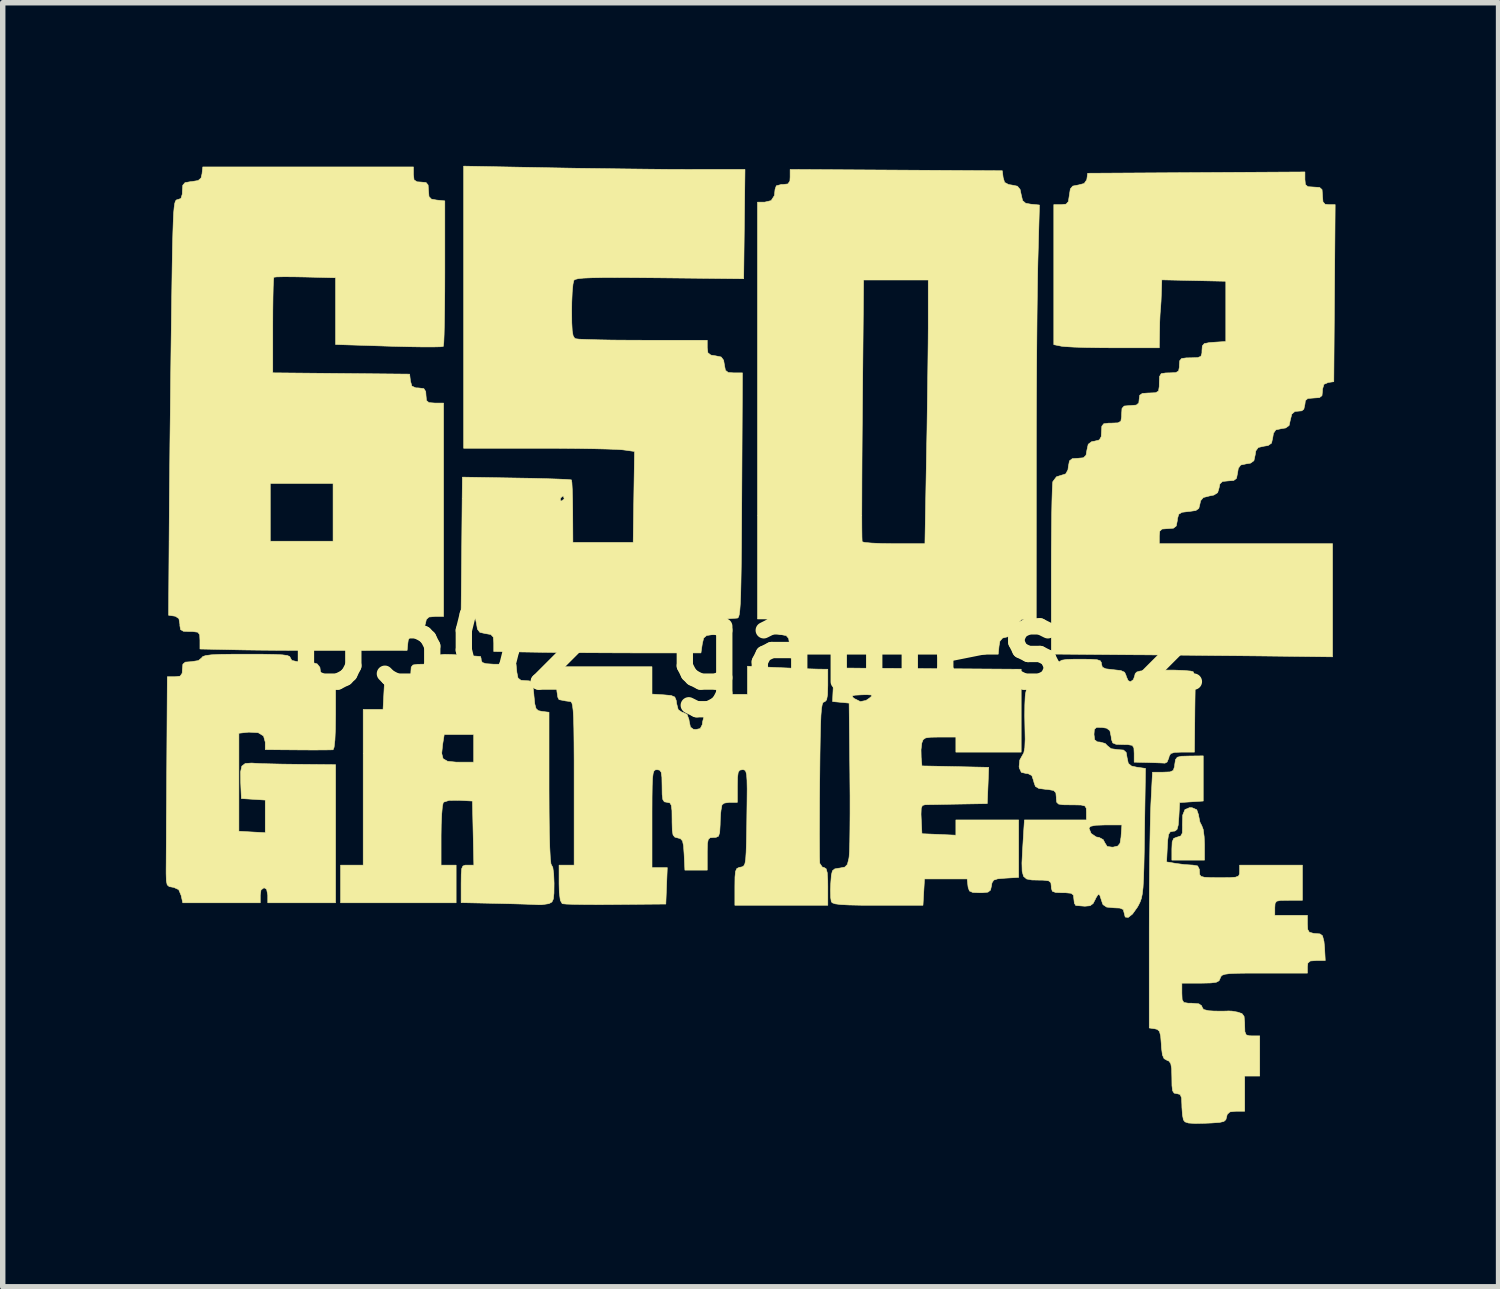
<source format=kicad_pcb>
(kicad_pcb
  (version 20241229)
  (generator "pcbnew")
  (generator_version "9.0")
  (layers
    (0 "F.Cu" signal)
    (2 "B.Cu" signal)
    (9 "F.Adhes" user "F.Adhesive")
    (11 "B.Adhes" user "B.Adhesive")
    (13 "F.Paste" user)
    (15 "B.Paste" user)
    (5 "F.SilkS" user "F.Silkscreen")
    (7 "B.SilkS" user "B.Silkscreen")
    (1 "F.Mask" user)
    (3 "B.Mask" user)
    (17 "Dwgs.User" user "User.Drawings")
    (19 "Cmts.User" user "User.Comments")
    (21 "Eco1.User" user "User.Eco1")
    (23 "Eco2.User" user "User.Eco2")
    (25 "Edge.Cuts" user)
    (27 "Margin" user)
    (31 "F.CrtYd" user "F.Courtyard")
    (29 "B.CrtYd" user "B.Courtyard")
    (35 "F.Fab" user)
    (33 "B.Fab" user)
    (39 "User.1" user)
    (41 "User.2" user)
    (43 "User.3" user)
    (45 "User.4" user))
  (footprint "6502 games 2"
    (layer "F.Cu")
    (at 10.741 8.795)
    (property "Reference" "6502 games 2" (at 0 0 0) (layer "F.SilkS") (effects (font (size 1.524 1.524) (thickness 0.3))))
    (attr through_hole)
    (fp_poly (pts (xy 8.132 3.009) (xy 8.217 3.046) (xy 8.25 3.141) (xy 8.252 3.159) (xy 8.275 3.273) (xy 8.31 3.341) (xy 8.336 3.41) (xy 8.353 3.541) (xy 8.359 3.681) (xy 8.359 3.972) (xy 7.759 3.972) (xy 7.759 3.767) (xy 7.765 3.637) (xy 7.793 3.573) (xy 7.854 3.549) (xy 7.861 3.548) (xy 7.924 3.527) (xy 7.952 3.473) (xy 7.954 3.359) (xy 7.953 3.325) (xy 7.958 3.145) (xy 8 3.042) (xy 8.085 3.007) (xy 8.132 3.009)) (stroke (width 0.01) (type solid)) (fill yes) (layer "F.SilkS"))
    (fp_poly (pts (xy 2.69 -8.717) (xy 4.641 -8.705) (xy 4.656 -8.581) (xy 4.683 -8.491) (xy 4.758 -8.451) (xy 4.817 -8.442) (xy 4.919 -8.421) (xy 4.968 -8.362) (xy 4.988 -8.267) (xy 5.014 -8.156) (xy 5.071 -8.107) (xy 5.167 -8.09) (xy 5.324 -8.075) (xy 5.295 -7.028) (xy 5.29 -6.783) (xy 5.285 -6.458) (xy 5.28 -6.066) (xy 5.276 -5.619) (xy 5.272 -5.13) (xy 5.269 -4.612) (xy 5.267 -4.077) (xy 5.266 -3.538) (xy 5.266 -3.221) (xy 5.265 -0.462) (xy 5.106 -0.462) (xy 4.998 -0.453) (xy 4.95 -0.408) (xy 4.933 -0.312) (xy 4.911 -0.208) (xy 4.853 -0.159) (xy 4.757 -0.139) (xy 4.646 -0.112) (xy 4.597 -0.055) (xy 4.581 0.035) (xy 4.566 0.185) (xy 0.744 0.185) (xy 0.73 0.012) (xy 0.712 -0.104) (xy 0.668 -0.156) (xy 0.57 -0.176) (xy 0.566 -0.176) (xy 0.462 -0.197) (xy 0.421 -0.251) (xy 0.416 -0.326) (xy 0.404 -0.422) (xy 0.349 -0.458) (xy 0.277 -0.462) (xy 0.139 -0.462) (xy 0.139 -2.367) (xy 2.057 -2.367) (xy 2.058 -2.133) (xy 2.06 -1.971) (xy 2.063 -1.89) (xy 2.064 -1.882) (xy 2.115 -1.869) (xy 2.24 -1.858) (xy 2.42 -1.85) (xy 2.638 -1.847) (xy 2.651 -1.847) (xy 3.218 -1.847) (xy 3.248 -3.517) (xy 3.256 -3.942) (xy 3.262 -4.373) (xy 3.268 -4.792) (xy 3.273 -5.182) (xy 3.277 -5.526) (xy 3.279 -5.807) (xy 3.279 -5.942) (xy 3.279 -6.696) (xy 2.09 -6.696) (xy 2.068 -4.306) (xy 2.064 -3.845) (xy 2.061 -3.412) (xy 2.059 -3.015) (xy 2.058 -2.664) (xy 2.057 -2.367) (xy 0.139 -2.367) (xy 0.139 -8.128) (xy 0.272 -8.128) (xy 0.39 -8.156) (xy 0.45 -8.249) (xy 0.462 -8.363) (xy 0.485 -8.428) (xy 0.571 -8.451) (xy 0.6 -8.451) (xy 0.698 -8.463) (xy 0.735 -8.516) (xy 0.739 -8.59) (xy 0.739 -8.729) (xy 2.69 -8.717)) (stroke (width 0.01) (type solid)) (fill yes) (layer "F.SilkS"))
    (fp_poly (pts (xy -8.96 0.186) (xy -8.746 0.19) (xy -8.6 0.197) (xy -8.51 0.209) (xy -8.464 0.228) (xy -8.451 0.253) (xy -8.451 0.254) (xy -8.424 0.3) (xy -8.33 0.321) (xy -8.247 0.323) (xy -8.066 0.332) (xy -7.958 0.364) (xy -7.908 0.428) (xy -7.897 0.513) (xy -7.885 0.608) (xy -7.829 0.643) (xy -7.759 0.647) (xy -7.62 0.647) (xy -7.62 1.293) (xy -7.623 1.561) (xy -7.632 1.765) (xy -7.647 1.896) (xy -7.666 1.943) (xy -7.666 1.943) (xy -7.734 1.945) (xy -7.864 1.946) (xy -8.013 1.947) (xy -8.237 1.946) (xy -8.482 1.944) (xy -8.613 1.943) (xy -8.913 1.94) (xy -8.913 1.802) (xy -8.945 1.689) (xy -9.043 1.629) (xy -9.214 1.619) (xy -9.265 1.624) (xy -9.398 1.639) (xy -9.398 3.441) (xy -9.156 3.455) (xy -8.913 3.468) (xy -8.913 2.868) (xy -9.132 2.854) (xy -9.352 2.84) (xy -9.365 2.532) (xy -9.367 2.351) (xy -9.344 2.244) (xy -9.281 2.195) (xy -9.163 2.187) (xy -9.075 2.193) (xy -8.979 2.198) (xy -8.812 2.202) (xy -8.595 2.207) (xy -8.35 2.21) (xy -8.278 2.211) (xy -7.62 2.217) (xy -7.62 4.757) (xy -8.867 4.757) (xy -8.867 4.618) (xy -8.888 4.508) (xy -8.936 4.48) (xy -8.991 4.521) (xy -9.005 4.618) (xy -9.005 4.757) (xy -10.43 4.757) (xy -10.46 4.621) (xy -10.505 4.515) (xy -10.597 4.473) (xy -10.613 4.471) (xy -10.679 4.459) (xy -10.716 4.427) (xy -10.732 4.354) (xy -10.736 4.219) (xy -10.736 4.145) (xy -10.735 4.024) (xy -10.734 3.825) (xy -10.732 3.56) (xy -10.731 3.242) (xy -10.728 2.885) (xy -10.726 2.503) (xy -10.724 2.217) (xy -10.714 0.6) (xy -10.576 0.6) (xy -10.478 0.589) (xy -10.441 0.535) (xy -10.437 0.462) (xy -10.428 0.369) (xy -10.383 0.331) (xy -10.274 0.323) (xy -10.143 0.303) (xy -10.084 0.254) (xy -10.061 0.228) (xy -10.006 0.21) (xy -9.906 0.197) (xy -9.75 0.189) (xy -9.525 0.186) (xy -9.255 0.185) (xy -8.96 0.186)) (stroke (width 0.01) (type solid)) (fill yes) (layer "F.SilkS"))
    (fp_poly (pts (xy 1.79 0.441) (xy 1.895 0.441) (xy 2.08 0.443) (xy 2.331 0.444) (xy 2.633 0.446) (xy 2.974 0.448) (xy 3.34 0.451) (xy 3.51 0.452) (xy 4.988 0.462) (xy 4.988 1.986) (xy 3.787 1.986) (xy 3.787 1.709) (xy 3.488 1.709) (xy 3.325 1.712) (xy 3.231 1.725) (xy 3.185 1.757) (xy 3.162 1.815) (xy 3.161 1.818) (xy 3.146 1.942) (xy 3.149 2.083) (xy 3.163 2.24) (xy 4.391 2.266) (xy 4.378 2.599) (xy 4.364 2.933) (xy 3.833 2.942) (xy 3.614 2.946) (xy 3.423 2.95) (xy 3.282 2.952) (xy 3.219 2.954) (xy 3.172 2.967) (xy 3.15 3.018) (xy 3.146 3.128) (xy 3.15 3.221) (xy 3.163 3.487) (xy 3.475 3.5) (xy 3.787 3.514) (xy 3.787 3.233) (xy 4.941 3.233) (xy 4.941 4.29) (xy 4.699 4.304) (xy 4.557 4.316) (xy 4.483 4.34) (xy 4.451 4.39) (xy 4.442 4.445) (xy 4.424 4.524) (xy 4.377 4.561) (xy 4.274 4.572) (xy 4.226 4.572) (xy 4.099 4.567) (xy 4.037 4.54) (xy 4.013 4.475) (xy 4.009 4.445) (xy 3.995 4.318) (xy 3.21 4.318) (xy 3.196 4.56) (xy 3.182 4.803) (xy 2.351 4.803) (xy 2.046 4.802) (xy 1.822 4.797) (xy 1.666 4.789) (xy 1.567 4.776) (xy 1.514 4.757) (xy 1.496 4.736) (xy 1.484 4.656) (xy 1.481 4.518) (xy 1.486 4.402) (xy 1.497 4.251) (xy 1.517 4.169) (xy 1.559 4.134) (xy 1.637 4.12) (xy 1.649 4.119) (xy 1.744 4.101) (xy 1.792 4.052) (xy 1.819 3.945) (xy 1.824 3.911) (xy 1.831 3.815) (xy 1.836 3.64) (xy 1.839 3.401) (xy 1.841 3.112) (xy 1.841 2.786) (xy 1.838 2.437) (xy 1.838 2.401) (xy 1.824 1.085) (xy 1.52 1.056) (xy 1.524 0.953) (xy 1.88 0.953) (xy 1.895 0.981) (xy 1.919 1.001) (xy 2.031 1.057) (xy 2.133 1.036) (xy 2.196 0.994) (xy 2.242 0.954) (xy 2.23 0.935) (xy 2.147 0.93) (xy 2.061 0.932) (xy 1.931 0.939) (xy 1.88 0.953) (xy 1.524 0.953) (xy 1.534 0.747) (xy 1.547 0.439) (xy 1.79 0.441)) (stroke (width 0.01) (type solid)) (fill yes) (layer "F.SilkS"))
    (fp_poly (pts (xy -5.489 0.191) (xy -5.349 0.2) (xy -5.172 0.212) (xy -5.035 0.221) (xy -4.96 0.227) (xy -4.953 0.228) (xy -4.943 0.269) (xy -4.941 0.3) (xy -4.922 0.338) (xy -4.854 0.36) (xy -4.718 0.369) (xy -4.621 0.369) (xy -4.301 0.369) (xy -4.286 0.52) (xy -4.265 0.624) (xy -4.211 0.665) (xy -4.133 0.671) (xy -4.056 0.676) (xy -4.012 0.705) (xy -3.989 0.779) (xy -3.974 0.92) (xy -3.972 0.948) (xy -3.956 1.102) (xy -3.933 1.186) (xy -3.891 1.224) (xy -3.822 1.238) (xy -3.695 1.253) (xy -3.695 2.659) (xy -3.693 3.098) (xy -3.689 3.459) (xy -3.681 3.738) (xy -3.671 3.934) (xy -3.659 4.042) (xy -3.648 4.064) (xy -3.625 4.107) (xy -3.609 4.223) (xy -3.602 4.393) (xy -3.602 4.405) (xy -3.604 4.581) (xy -3.615 4.686) (xy -3.641 4.742) (xy -3.687 4.768) (xy -3.706 4.774) (xy -3.832 4.793) (xy -3.902 4.792) (xy -3.981 4.788) (xy -4.132 4.782) (xy -4.336 4.776) (xy -4.573 4.77) (xy -4.653 4.768) (xy -5.311 4.754) (xy -5.311 4.409) (xy -5.309 4.233) (xy -5.301 4.13) (xy -5.278 4.081) (xy -5.235 4.065) (xy -5.194 4.064) (xy -5.077 4.064) (xy -5.09 3.475) (xy -5.103 2.886) (xy -5.353 2.872) (xy -5.533 2.874) (xy -5.629 2.905) (xy -5.641 2.918) (xy -5.656 2.986) (xy -5.668 3.126) (xy -5.677 3.316) (xy -5.68 3.521) (xy -5.68 4.064) (xy -5.403 4.064) (xy -5.403 4.757) (xy -7.528 4.757) (xy -7.528 4.064) (xy -7.112 4.064) (xy -7.112 2.009) (xy -5.668 2.009) (xy -5.643 2.107) (xy -5.56 2.155) (xy -5.405 2.17) (xy -5.352 2.171) (xy -5.08 2.171) (xy -5.08 1.663) (xy -5.622 1.663) (xy -5.651 1.844) (xy -5.668 2.009) (xy -7.112 2.009) (xy -7.112 1.201) (xy -6.747 1.201) (xy -6.733 0.935) (xy -6.719 0.67) (xy -6.477 0.656) (xy -6.336 0.644) (xy -6.264 0.622) (xy -6.238 0.575) (xy -6.235 0.506) (xy -6.229 0.424) (xy -6.197 0.384) (xy -6.113 0.371) (xy -6.009 0.369) (xy -5.869 0.363) (xy -5.795 0.338) (xy -5.761 0.283) (xy -5.758 0.272) (xy -5.74 0.225) (xy -5.702 0.198) (xy -5.625 0.188) (xy -5.489 0.191)) (stroke (width 0.01) (type solid)) (fill yes) (layer "F.SilkS"))
    (fp_poly (pts (xy -6.188 -8.636) (xy -6.177 -8.538) (xy -6.123 -8.502) (xy -6.05 -8.497) (xy -5.956 -8.488) (xy -5.918 -8.442) (xy -5.911 -8.339) (xy -5.902 -8.23) (xy -5.857 -8.183) (xy -5.761 -8.166) (xy -5.611 -8.151) (xy -5.611 -6.827) (xy -5.612 -6.487) (xy -5.615 -6.176) (xy -5.619 -5.909) (xy -5.624 -5.695) (xy -5.63 -5.548) (xy -5.638 -5.479) (xy -5.639 -5.475) (xy -5.692 -5.468) (xy -5.822 -5.465) (xy -6.018 -5.465) (xy -6.263 -5.469) (xy -6.545 -5.476) (xy -6.643 -5.479) (xy -7.62 -5.51) (xy -7.62 -6.737) (xy -8.178 -6.751) (xy -8.395 -6.755) (xy -8.576 -6.756) (xy -8.702 -6.753) (xy -8.755 -6.747) (xy -8.755 -6.746) (xy -8.761 -6.696) (xy -8.767 -6.569) (xy -8.771 -6.378) (xy -8.774 -6.139) (xy -8.775 -5.866) (xy -8.775 -4.989) (xy -7.516 -4.977) (xy -6.258 -4.965) (xy -6.243 -4.838) (xy -6.217 -4.745) (xy -6.146 -4.713) (xy -6.093 -4.711) (xy -5.997 -4.699) (xy -5.962 -4.644) (xy -5.957 -4.572) (xy -5.948 -4.479) (xy -5.903 -4.441) (xy -5.796 -4.433) (xy -5.634 -4.433) (xy -5.634 -0.508) (xy -5.793 -0.508) (xy -5.902 -0.498) (xy -5.951 -0.453) (xy -5.966 -0.381) (xy -6.002 -0.28) (xy -6.096 -0.221) (xy -6.128 -0.21) (xy -6.237 -0.16) (xy -6.283 -0.076) (xy -6.29 -0.026) (xy -6.304 0.115) (xy -7.551 0.117) (xy -7.926 0.117) (xy -8.311 0.116) (xy -8.684 0.114) (xy -9.024 0.111) (xy -9.307 0.107) (xy -9.456 0.104) (xy -10.114 0.09) (xy -10.114 -0.071) (xy -10.119 -0.173) (xy -10.154 -0.219) (xy -10.245 -0.231) (xy -10.299 -0.231) (xy -10.417 -0.236) (xy -10.47 -0.266) (xy -10.483 -0.339) (xy -10.483 -0.366) (xy -10.501 -0.469) (xy -10.565 -0.512) (xy -10.587 -0.516) (xy -10.691 -0.531) (xy -10.679 -2.217) (xy -10.676 -2.647) (xy -10.673 -2.956) (xy -8.821 -2.956) (xy -8.821 -1.893) (xy -7.666 -1.893) (xy -7.666 -2.956) (xy -8.821 -2.956) (xy -10.673 -2.956) (xy -10.671 -3.148) (xy -10.666 -3.697) (xy -10.659 -4.274) (xy -10.653 -4.857) (xy -10.646 -5.423) (xy -10.639 -5.951) (xy -10.638 -6.038) (xy -10.631 -6.538) (xy -10.625 -6.953) (xy -10.619 -7.292) (xy -10.612 -7.561) (xy -10.605 -7.769) (xy -10.598 -7.924) (xy -10.588 -8.034) (xy -10.577 -8.106) (xy -10.564 -8.148) (xy -10.547 -8.168) (xy -10.528 -8.174) (xy -10.523 -8.174) (xy -10.463 -8.196) (xy -10.439 -8.275) (xy -10.437 -8.333) (xy -10.43 -8.438) (xy -10.389 -8.486) (xy -10.289 -8.504) (xy -10.264 -8.506) (xy -10.147 -8.525) (xy -10.094 -8.571) (xy -10.076 -8.648) (xy -10.062 -8.775) (xy -6.188 -8.775) (xy -6.188 -8.636)) (stroke (width 0.01) (type solid)) (fill yes) (layer "F.SilkS"))
    (fp_poly (pts (xy -3.637 -8.759) (xy -3.203 -8.751) (xy -2.751 -8.745) (xy -2.3 -8.739) (xy -1.872 -8.734) (xy -1.487 -8.73) (xy -1.164 -8.729) (xy -1.05 -8.728) (xy -0.091 -8.728) (xy -0.103 -7.724) (xy -0.115 -6.719) (xy -1.657 -6.736) (xy -2.087 -6.74) (xy -2.434 -6.742) (xy -2.706 -6.741) (xy -2.911 -6.737) (xy -3.058 -6.731) (xy -3.156 -6.721) (xy -3.213 -6.707) (xy -3.238 -6.69) (xy -3.254 -6.62) (xy -3.268 -6.479) (xy -3.276 -6.292) (xy -3.278 -6.136) (xy -3.276 -5.91) (xy -3.268 -5.761) (xy -3.252 -5.672) (xy -3.225 -5.627) (xy -3.206 -5.616) (xy -3.141 -5.608) (xy -2.997 -5.602) (xy -2.788 -5.596) (xy -2.526 -5.591) (xy -2.225 -5.589) (xy -1.959 -5.588) (xy -0.785 -5.588) (xy -0.785 -5.452) (xy -0.773 -5.357) (xy -0.718 -5.315) (xy -0.635 -5.302) (xy -0.529 -5.28) (xy -0.484 -5.22) (xy -0.47 -5.138) (xy -0.451 -5.036) (xy -0.4 -4.995) (xy -0.297 -4.988) (xy -0.138 -4.988) (xy -0.15 -2.736) (xy -0.153 -2.216) (xy -0.156 -1.782) (xy -0.16 -1.424) (xy -0.165 -1.137) (xy -0.17 -0.914) (xy -0.177 -0.745) (xy -0.186 -0.625) (xy -0.196 -0.546) (xy -0.209 -0.5) (xy -0.224 -0.481) (xy -0.231 -0.479) (xy -0.334 -0.471) (xy -0.404 -0.467) (xy -0.48 -0.444) (xy -0.507 -0.366) (xy -0.508 -0.326) (xy -0.518 -0.236) (xy -0.564 -0.194) (xy -0.675 -0.176) (xy -0.681 -0.176) (xy -0.797 -0.158) (xy -0.851 -0.111) (xy -0.876 -0.007) (xy -0.877 0) (xy -0.901 0.162) (xy -2.009 0.162) (xy -2.382 0.161) (xy -2.782 0.159) (xy -3.179 0.157) (xy -3.547 0.154) (xy -3.857 0.15) (xy -3.914 0.149) (xy -4.711 0.136) (xy -4.711 -0.021) (xy -4.72 -0.129) (xy -4.765 -0.177) (xy -4.861 -0.193) (xy -4.966 -0.216) (xy -5.012 -0.276) (xy -5.025 -0.358) (xy -5.046 -0.462) (xy -5.1 -0.502) (xy -5.176 -0.508) (xy -5.312 -0.508) (xy -5.3 -1.79) (xy -5.292 -2.679) (xy -3.487 -2.679) (xy -3.483 -2.636) (xy -3.466 -2.632) (xy -3.419 -2.666) (xy -3.417 -2.679) (xy -3.433 -2.724) (xy -3.438 -2.725) (xy -3.477 -2.692) (xy -3.487 -2.679) (xy -5.292 -2.679) (xy -5.288 -3.071) (xy -4.295 -3.054) (xy -4.002 -3.049) (xy -3.741 -3.042) (xy -3.527 -3.035) (xy -3.372 -3.028) (xy -3.291 -3.021) (xy -3.282 -3.019) (xy -3.274 -2.968) (xy -3.267 -2.843) (xy -3.262 -2.663) (xy -3.259 -2.446) (xy -3.259 -2.435) (xy -3.256 -1.87) (xy -2.147 -1.87) (xy -2.135 -2.707) (xy -2.122 -3.543) (xy -2.338 -3.573) (xy -2.439 -3.58) (xy -2.619 -3.587) (xy -2.863 -3.593) (xy -3.157 -3.598) (xy -3.489 -3.601) (xy -3.842 -3.602) (xy -3.909 -3.602) (xy -5.265 -3.602) (xy -5.265 -8.79) (xy -3.637 -8.759)) (stroke (width 0.01) (type solid)) (fill yes) (layer "F.SilkS"))
    (fp_poly (pts (xy 8.336 2.886) (xy 8.119 2.9) (xy 7.902 2.914) (xy 7.888 3.177) (xy 7.876 3.328) (xy 7.854 3.408) (xy 7.814 3.438) (xy 7.782 3.441) (xy 7.73 3.452) (xy 7.699 3.499) (xy 7.683 3.603) (xy 7.676 3.723) (xy 7.662 4.005) (xy 7.837 4.034) (xy 7.991 4.054) (xy 8.13 4.063) (xy 8.14 4.063) (xy 8.233 4.079) (xy 8.265 4.142) (xy 8.267 4.179) (xy 8.27 4.237) (xy 8.295 4.271) (xy 8.359 4.288) (xy 8.48 4.294) (xy 8.636 4.295) (xy 8.819 4.294) (xy 8.929 4.286) (xy 8.984 4.266) (xy 9.003 4.228) (xy 9.005 4.179) (xy 9.005 4.064) (xy 10.16 4.064) (xy 10.16 4.711) (xy 9.906 4.711) (xy 9.761 4.713) (xy 9.685 4.728) (xy 9.657 4.769) (xy 9.652 4.847) (xy 9.652 4.988) (xy 10.252 4.988) (xy 10.252 5.149) (xy 10.257 5.247) (xy 10.287 5.298) (xy 10.366 5.32) (xy 10.483 5.329) (xy 10.529 5.363) (xy 10.556 5.465) (xy 10.567 5.576) (xy 10.58 5.819) (xy 10.416 5.819) (xy 10.306 5.827) (xy 10.26 5.865) (xy 10.252 5.934) (xy 10.252 6.05) (xy 9.463 6.05) (xy 9.175 6.05) (xy 8.967 6.053) (xy 8.825 6.059) (xy 8.735 6.071) (xy 8.684 6.089) (xy 8.659 6.115) (xy 8.649 6.142) (xy 8.627 6.19) (xy 8.576 6.218) (xy 8.477 6.231) (xy 8.309 6.235) (xy 8.284 6.235) (xy 7.943 6.235) (xy 7.943 6.419) (xy 7.948 6.538) (xy 7.979 6.59) (xy 8.063 6.604) (xy 8.128 6.604) (xy 8.256 6.615) (xy 8.309 6.653) (xy 8.313 6.673) (xy 8.341 6.719) (xy 8.435 6.742) (xy 8.532 6.748) (xy 8.67 6.75) (xy 8.77 6.748) (xy 8.793 6.746) (xy 8.864 6.749) (xy 8.966 6.767) (xy 9.048 6.794) (xy 9.087 6.846) (xy 9.097 6.953) (xy 9.098 7) (xy 9.102 7.127) (xy 9.126 7.186) (xy 9.187 7.203) (xy 9.236 7.204) (xy 9.375 7.204) (xy 9.375 7.943) (xy 9.098 7.943) (xy 9.098 8.59) (xy 8.939 8.59) (xy 8.827 8.602) (xy 8.777 8.648) (xy 8.766 8.694) (xy 8.752 8.745) (xy 8.715 8.778) (xy 8.635 8.796) (xy 8.493 8.806) (xy 8.376 8.811) (xy 8.184 8.815) (xy 8.065 8.807) (xy 8.001 8.786) (xy 7.972 8.749) (xy 7.954 8.658) (xy 7.944 8.52) (xy 7.943 8.471) (xy 7.937 8.342) (xy 7.911 8.282) (xy 7.855 8.267) (xy 7.851 8.267) (xy 7.801 8.257) (xy 7.773 8.215) (xy 7.761 8.119) (xy 7.759 7.972) (xy 7.755 7.808) (xy 7.739 7.714) (xy 7.705 7.668) (xy 7.669 7.653) (xy 7.616 7.623) (xy 7.585 7.553) (xy 7.568 7.42) (xy 7.565 7.359) (xy 7.553 7.206) (xy 7.531 7.122) (xy 7.49 7.085) (xy 7.447 7.074) (xy 7.343 7.059) (xy 7.343 5.296) (xy 7.344 4.872) (xy 7.346 4.452) (xy 7.35 4.05) (xy 7.355 3.682) (xy 7.361 3.363) (xy 7.367 3.108) (xy 7.373 2.944) (xy 7.403 2.355) (xy 7.601 2.355) (xy 7.726 2.35) (xy 7.785 2.323) (xy 7.808 2.253) (xy 7.813 2.208) (xy 7.826 2.124) (xy 7.859 2.08) (xy 7.935 2.062) (xy 8.08 2.058) (xy 8.082 2.058) (xy 8.336 2.055) (xy 8.336 2.886)) (stroke (width 0.01) (type solid)) (fill yes) (layer "F.SilkS"))
    (fp_poly (pts (xy 0.52 0.432) (xy 0.757 0.442) (xy 0.977 0.451) (xy 1.155 0.457) (xy 1.258 0.46) (xy 1.432 0.462) (xy 1.432 0.762) (xy 1.427 0.931) (xy 1.41 1.025) (xy 1.377 1.06) (xy 1.364 1.062) (xy 1.344 1.073) (xy 1.329 1.112) (xy 1.316 1.187) (xy 1.306 1.309) (xy 1.299 1.485) (xy 1.293 1.725) (xy 1.288 2.037) (xy 1.284 2.432) (xy 1.283 2.509) (xy 1.28 2.869) (xy 1.279 3.201) (xy 1.278 3.493) (xy 1.279 3.734) (xy 1.28 3.912) (xy 1.283 4.014) (xy 1.285 4.033) (xy 1.331 4.1) (xy 1.366 4.11) (xy 1.401 4.131) (xy 1.422 4.205) (xy 1.431 4.347) (xy 1.432 4.457) (xy 1.432 4.803) (xy -0.277 4.803) (xy -0.277 4.46) (xy -0.275 4.284) (xy -0.265 4.18) (xy -0.241 4.127) (xy -0.197 4.106) (xy -0.173 4.102) (xy -0.137 4.094) (xy -0.111 4.075) (xy -0.091 4.033) (xy -0.078 3.953) (xy -0.07 3.826) (xy -0.064 3.637) (xy -0.059 3.375) (xy -0.057 3.198) (xy -0.053 2.891) (xy -0.051 2.664) (xy -0.054 2.506) (xy -0.061 2.403) (xy -0.075 2.344) (xy -0.095 2.317) (xy -0.124 2.309) (xy -0.138 2.309) (xy -0.188 2.318) (xy -0.216 2.359) (xy -0.228 2.452) (xy -0.231 2.609) (xy -0.231 2.909) (xy -0.369 2.909) (xy -0.469 2.923) (xy -0.514 2.955) (xy -0.514 2.956) (xy -0.53 3.045) (xy -0.531 3.048) (xy -0.539 3.118) (xy -0.546 3.245) (xy -0.548 3.325) (xy -0.556 3.462) (xy -0.577 3.531) (xy -0.625 3.554) (xy -0.67 3.556) (xy -0.732 3.561) (xy -0.766 3.591) (xy -0.781 3.666) (xy -0.785 3.807) (xy -0.785 3.856) (xy -0.785 4.156) (xy -1.196 4.156) (xy -1.21 3.868) (xy -1.221 3.708) (xy -1.24 3.619) (xy -1.277 3.578) (xy -1.328 3.564) (xy -1.382 3.549) (xy -1.414 3.509) (xy -1.428 3.424) (xy -1.432 3.271) (xy -1.432 3.23) (xy -1.434 3.061) (xy -1.446 2.964) (xy -1.472 2.92) (xy -1.518 2.91) (xy -1.524 2.909) (xy -1.574 2.9) (xy -1.602 2.858) (xy -1.614 2.764) (xy -1.616 2.609) (xy -1.619 2.447) (xy -1.632 2.356) (xy -1.661 2.317) (xy -1.709 2.309) (xy -1.74 2.313) (xy -1.764 2.332) (xy -1.78 2.379) (xy -1.791 2.465) (xy -1.797 2.603) (xy -1.8 2.804) (xy -1.801 3.081) (xy -1.801 3.21) (xy -1.801 4.11) (xy -1.52 4.11) (xy -1.547 4.78) (xy -2.471 4.788) (xy -2.756 4.79) (xy -3.011 4.789) (xy -3.222 4.786) (xy -3.372 4.781) (xy -3.448 4.774) (xy -3.452 4.773) (xy -3.487 4.712) (xy -3.506 4.564) (xy -3.51 4.407) (xy -3.51 4.064) (xy -3.233 4.064) (xy -3.233 2.563) (xy -3.233 2.146) (xy -3.235 1.813) (xy -3.238 1.553) (xy -3.243 1.36) (xy -3.251 1.222) (xy -3.262 1.132) (xy -3.275 1.081) (xy -3.293 1.059) (xy -3.302 1.056) (xy -3.395 1.044) (xy -3.417 1.039) (xy -3.506 1.022) (xy -3.51 1.022) (xy -3.533 0.977) (xy -3.55 0.864) (xy -3.556 0.716) (xy -3.556 0.416) (xy -1.801 0.416) (xy -1.801 0.919) (xy -1.582 0.933) (xy -1.449 0.945) (xy -1.382 0.973) (xy -1.356 1.035) (xy -1.348 1.094) (xy -1.319 1.206) (xy -1.25 1.252) (xy -1.233 1.256) (xy -1.156 1.292) (xy -1.121 1.389) (xy -1.117 1.42) (xy -1.094 1.526) (xy -1.04 1.566) (xy -0.993 1.57) (xy -0.914 1.553) (xy -0.877 1.482) (xy -0.869 1.422) (xy -0.839 1.308) (xy -0.765 1.254) (xy -0.739 1.247) (xy -0.65 1.207) (xy -0.618 1.164) (xy -0.61 1.072) (xy -0.606 1.016) (xy -0.592 0.964) (xy -0.544 0.936) (xy -0.441 0.925) (xy -0.323 0.924) (xy -0.046 0.924) (xy -0.046 0.406) (xy 0.52 0.432)) (stroke (width 0.01) (type solid)) (fill yes) (layer "F.SilkS"))
    (fp_poly (pts (xy 10.206 -8.544) (xy 10.215 -8.451) (xy 10.261 -8.412) (xy 10.368 -8.405) (xy 10.476 -8.398) (xy 10.521 -8.358) (xy 10.529 -8.256) (xy 10.529 -8.243) (xy 10.538 -8.134) (xy 10.577 -8.089) (xy 10.646 -8.082) (xy 10.762 -8.082) (xy 10.737 -4.826) (xy 10.633 -4.811) (xy 10.556 -4.778) (xy 10.53 -4.69) (xy 10.529 -4.661) (xy 10.52 -4.57) (xy 10.473 -4.533) (xy 10.368 -4.526) (xy 10.259 -4.517) (xy 10.214 -4.478) (xy 10.206 -4.41) (xy 10.186 -4.321) (xy 10.148 -4.29) (xy 10.049 -4.281) (xy 10.021 -4.278) (xy 9.965 -4.23) (xy 9.938 -4.124) (xy 9.915 -4.02) (xy 9.852 -3.975) (xy 9.776 -3.963) (xy 9.671 -3.94) (xy 9.627 -3.877) (xy 9.615 -3.801) (xy 9.592 -3.696) (xy 9.529 -3.652) (xy 9.453 -3.64) (xy 9.348 -3.616) (xy 9.303 -3.554) (xy 9.291 -3.478) (xy 9.268 -3.373) (xy 9.206 -3.328) (xy 9.13 -3.316) (xy 9.026 -3.294) (xy 8.981 -3.233) (xy 8.968 -3.152) (xy 8.948 -3.049) (xy 8.896 -3.009) (xy 8.798 -3.002) (xy 8.689 -2.991) (xy 8.642 -2.945) (xy 8.628 -2.875) (xy 8.601 -2.785) (xy 8.531 -2.741) (xy 8.451 -2.725) (xy 8.338 -2.696) (xy 8.288 -2.637) (xy 8.275 -2.577) (xy 8.255 -2.497) (xy 8.2 -2.457) (xy 8.084 -2.44) (xy 8.067 -2.439) (xy 7.944 -2.424) (xy 7.886 -2.388) (xy 7.863 -2.31) (xy 7.86 -2.274) (xy 7.84 -2.173) (xy 7.789 -2.132) (xy 7.686 -2.124) (xy 7.579 -2.116) (xy 7.536 -2.076) (xy 7.528 -1.986) (xy 7.528 -1.847) (xy 10.714 -1.847) (xy 10.714 0.234) (xy 9.664 0.221) (xy 9.34 0.217) (xy 8.948 0.213) (xy 8.509 0.209) (xy 8.047 0.204) (xy 7.586 0.2) (xy 7.148 0.196) (xy 7.077 0.196) (xy 5.542 0.183) (xy 5.542 -1.351) (xy 5.543 -1.723) (xy 5.546 -2.068) (xy 5.549 -2.376) (xy 5.554 -2.633) (xy 5.56 -2.829) (xy 5.566 -2.952) (xy 5.57 -2.988) (xy 5.637 -3.077) (xy 5.72 -3.103) (xy 5.808 -3.131) (xy 5.848 -3.205) (xy 5.856 -3.267) (xy 5.876 -3.37) (xy 5.929 -3.411) (xy 6.027 -3.417) (xy 6.134 -3.427) (xy 6.181 -3.474) (xy 6.197 -3.568) (xy 6.221 -3.675) (xy 6.282 -3.722) (xy 6.338 -3.732) (xy 6.425 -3.755) (xy 6.46 -3.815) (xy 6.465 -3.905) (xy 6.471 -4.007) (xy 6.506 -4.052) (xy 6.597 -4.064) (xy 6.65 -4.064) (xy 6.768 -4.069) (xy 6.821 -4.099) (xy 6.834 -4.178) (xy 6.835 -4.226) (xy 6.842 -4.334) (xy 6.882 -4.378) (xy 6.984 -4.387) (xy 6.997 -4.387) (xy 7.106 -4.396) (xy 7.151 -4.435) (xy 7.158 -4.503) (xy 7.168 -4.577) (xy 7.216 -4.61) (xy 7.327 -4.618) (xy 7.343 -4.618) (xy 7.461 -4.623) (xy 7.514 -4.654) (xy 7.527 -4.738) (xy 7.528 -4.803) (xy 7.532 -4.921) (xy 7.563 -4.974) (xy 7.648 -4.987) (xy 7.712 -4.988) (xy 7.831 -4.993) (xy 7.883 -5.023) (xy 7.897 -5.096) (xy 7.897 -5.126) (xy 7.903 -5.211) (xy 7.938 -5.252) (xy 8.027 -5.264) (xy 8.105 -5.265) (xy 8.233 -5.269) (xy 8.293 -5.292) (xy 8.312 -5.351) (xy 8.313 -5.401) (xy 8.319 -5.483) (xy 8.355 -5.526) (xy 8.444 -5.544) (xy 8.532 -5.551) (xy 8.751 -5.565) (xy 8.751 -6.673) (xy 8.163 -6.686) (xy 7.574 -6.699) (xy 7.566 -6.455) (xy 7.56 -6.303) (xy 7.552 -6.183) (xy 7.548 -6.142) (xy 7.542 -6.062) (xy 7.536 -5.922) (xy 7.533 -5.761) (xy 7.528 -5.449) (xy 6.702 -5.449) (xy 6.425 -5.451) (xy 6.17 -5.455) (xy 5.956 -5.462) (xy 5.802 -5.471) (xy 5.732 -5.478) (xy 5.588 -5.507) (xy 5.588 -8.082) (xy 5.724 -8.082) (xy 5.814 -8.091) (xy 5.856 -8.138) (xy 5.873 -8.249) (xy 5.874 -8.255) (xy 5.892 -8.37) (xy 5.936 -8.423) (xy 6.033 -8.442) (xy 6.035 -8.442) (xy 6.147 -8.471) (xy 6.194 -8.54) (xy 6.197 -8.558) (xy 6.211 -8.659) (xy 8.209 -8.671) (xy 10.206 -8.683) (xy 10.206 -8.544)) (stroke (width 0.01) (type solid)) (fill yes) (layer "F.SilkS"))
    (fp_poly (pts (xy 6.268 0.279) (xy 6.383 0.287) (xy 6.442 0.306) (xy 6.463 0.34) (xy 6.465 0.367) (xy 6.481 0.424) (xy 6.543 0.454) (xy 6.674 0.47) (xy 6.685 0.471) (xy 6.821 0.486) (xy 6.89 0.517) (xy 6.917 0.576) (xy 6.919 0.589) (xy 6.954 0.67) (xy 6.997 0.693) (xy 7.051 0.653) (xy 7.074 0.589) (xy 7.085 0.543) (xy 7.114 0.513) (xy 7.176 0.495) (xy 7.29 0.485) (xy 7.47 0.48) (xy 7.597 0.478) (xy 7.807 0.478) (xy 7.984 0.485) (xy 8.106 0.496) (xy 8.151 0.508) (xy 8.181 0.577) (xy 8.191 0.692) (xy 8.191 0.7) (xy 8.188 0.807) (xy 8.185 0.981) (xy 8.182 1.198) (xy 8.18 1.42) (xy 8.174 1.986) (xy 7.946 1.986) (xy 7.809 1.991) (xy 7.738 2.013) (xy 7.709 2.063) (xy 7.704 2.09) (xy 7.671 2.169) (xy 7.632 2.189) (xy 7.555 2.185) (xy 7.422 2.18) (xy 7.32 2.177) (xy 7.066 2.171) (xy 7.066 2.009) (xy 7.061 1.909) (xy 7.031 1.862) (xy 6.949 1.848) (xy 6.861 1.847) (xy 6.734 1.843) (xy 6.672 1.817) (xy 6.648 1.752) (xy 6.642 1.697) (xy 6.619 1.591) (xy 6.559 1.546) (xy 6.477 1.533) (xy 6.374 1.531) (xy 6.334 1.568) (xy 6.327 1.66) (xy 6.339 1.76) (xy 6.39 1.798) (xy 6.437 1.801) (xy 6.533 1.827) (xy 6.575 1.87) (xy 6.641 1.923) (xy 6.761 1.94) (xy 6.87 1.948) (xy 6.919 1.992) (xy 6.936 2.09) (xy 6.958 2.193) (xy 7.016 2.242) (xy 7.112 2.263) (xy 7.274 2.286) (xy 7.256 3.464) (xy 7.251 3.824) (xy 7.245 4.105) (xy 7.238 4.318) (xy 7.229 4.476) (xy 7.216 4.591) (xy 7.199 4.675) (xy 7.175 4.742) (xy 7.145 4.803) (xy 7.125 4.838) (xy 7.035 4.964) (xy 6.957 5.026) (xy 6.901 5.019) (xy 6.881 4.941) (xy 6.866 4.881) (xy 6.804 4.854) (xy 6.695 4.849) (xy 6.56 4.836) (xy 6.493 4.791) (xy 6.483 4.768) (xy 6.447 4.658) (xy 6.434 4.618) (xy 6.407 4.597) (xy 6.364 4.665) (xy 6.353 4.689) (xy 6.311 4.77) (xy 6.255 4.811) (xy 6.159 4.82) (xy 5.999 4.807) (xy 5.992 4.807) (xy 5.966 4.764) (xy 5.957 4.687) (xy 5.949 4.616) (xy 5.907 4.582) (xy 5.806 4.572) (xy 5.75 4.572) (xy 5.621 4.567) (xy 5.561 4.544) (xy 5.543 4.488) (xy 5.542 4.457) (xy 5.534 4.387) (xy 5.493 4.353) (xy 5.397 4.341) (xy 5.322 4.34) (xy 5.182 4.337) (xy 5.088 4.319) (xy 5.032 4.271) (xy 5.006 4.177) (xy 5.002 4.024) (xy 5.013 3.797) (xy 5.016 3.749) (xy 5.038 3.385) (xy 6.235 3.385) (xy 6.274 3.482) (xy 6.368 3.546) (xy 6.423 3.556) (xy 6.496 3.595) (xy 6.526 3.652) (xy 6.569 3.721) (xy 6.662 3.734) (xy 6.681 3.733) (xy 6.765 3.713) (xy 6.806 3.662) (xy 6.824 3.551) (xy 6.826 3.521) (xy 6.84 3.325) (xy 6.537 3.325) (xy 6.36 3.331) (xy 6.262 3.351) (xy 6.235 3.385) (xy 5.038 3.385) (xy 5.048 3.233) (xy 6.188 3.233) (xy 6.188 3.094) (xy 6.185 3.017) (xy 6.159 2.976) (xy 6.09 2.959) (xy 5.956 2.956) (xy 5.911 2.956) (xy 5.758 2.954) (xy 5.675 2.941) (xy 5.641 2.907) (xy 5.634 2.84) (xy 5.634 2.82) (xy 5.626 2.734) (xy 5.586 2.692) (xy 5.487 2.674) (xy 5.438 2.67) (xy 5.313 2.654) (xy 5.25 2.617) (xy 5.222 2.538) (xy 5.218 2.518) (xy 5.184 2.417) (xy 5.112 2.381) (xy 5.08 2.379) (xy 4.991 2.358) (xy 4.954 2.278) (xy 4.95 2.251) (xy 4.962 2.132) (xy 5.004 2.056) (xy 5.036 2) (xy 5.055 1.903) (xy 5.061 1.748) (xy 5.057 1.536) (xy 5.053 1.32) (xy 5.055 1.118) (xy 5.062 0.963) (xy 5.067 0.915) (xy 5.093 0.8) (xy 5.144 0.748) (xy 5.236 0.73) (xy 5.341 0.704) (xy 5.386 0.639) (xy 5.395 0.589) (xy 5.424 0.494) (xy 5.499 0.463) (xy 5.526 0.462) (xy 5.632 0.429) (xy 5.667 0.369) (xy 5.688 0.324) (xy 5.734 0.296) (xy 5.824 0.282) (xy 5.979 0.277) (xy 6.078 0.277) (xy 6.268 0.279)) (stroke (width 0.01) (type solid)) (fill yes) (layer "F.SilkS")))
  (gr_rect
    (start -3 -3)
    (end 24.508 20.614)
    (stroke (width 0.1) (type default))
    (fill no)
    (layer "Edge.Cuts")))
</source>
